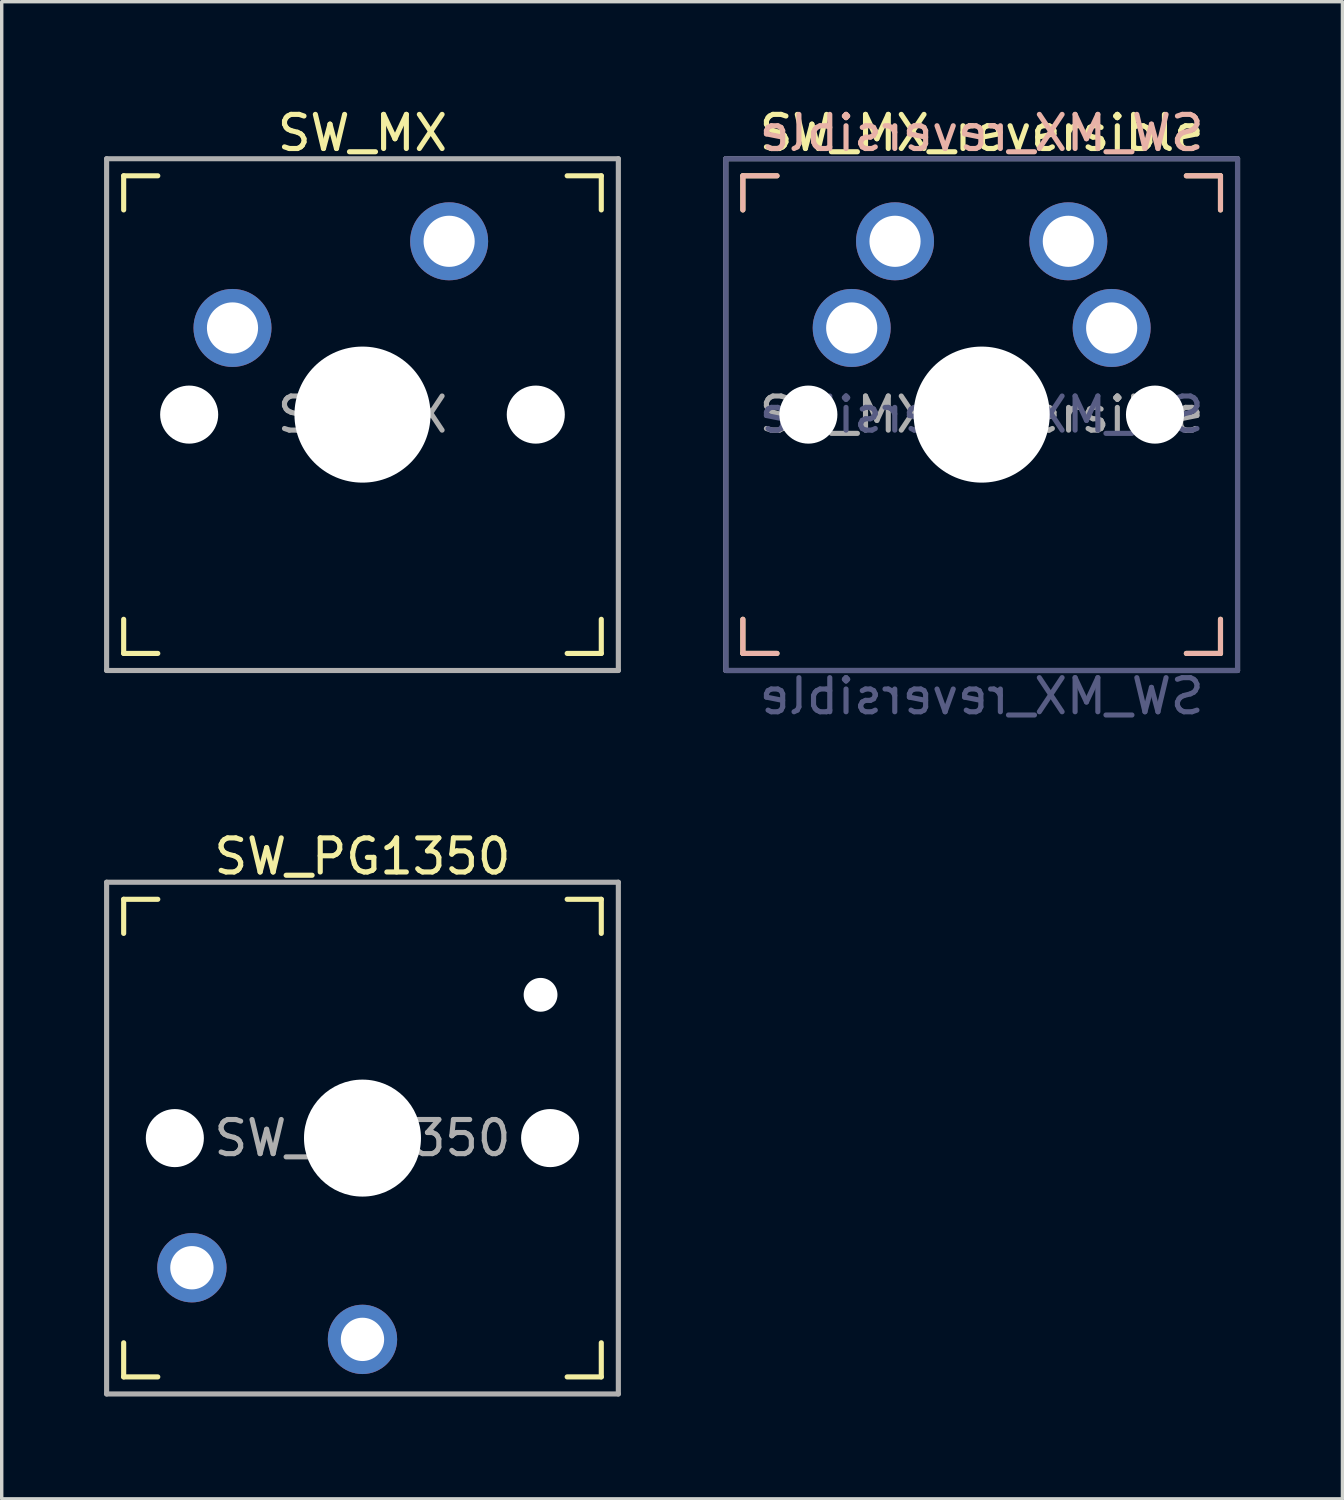
<source format=kicad_pcb>
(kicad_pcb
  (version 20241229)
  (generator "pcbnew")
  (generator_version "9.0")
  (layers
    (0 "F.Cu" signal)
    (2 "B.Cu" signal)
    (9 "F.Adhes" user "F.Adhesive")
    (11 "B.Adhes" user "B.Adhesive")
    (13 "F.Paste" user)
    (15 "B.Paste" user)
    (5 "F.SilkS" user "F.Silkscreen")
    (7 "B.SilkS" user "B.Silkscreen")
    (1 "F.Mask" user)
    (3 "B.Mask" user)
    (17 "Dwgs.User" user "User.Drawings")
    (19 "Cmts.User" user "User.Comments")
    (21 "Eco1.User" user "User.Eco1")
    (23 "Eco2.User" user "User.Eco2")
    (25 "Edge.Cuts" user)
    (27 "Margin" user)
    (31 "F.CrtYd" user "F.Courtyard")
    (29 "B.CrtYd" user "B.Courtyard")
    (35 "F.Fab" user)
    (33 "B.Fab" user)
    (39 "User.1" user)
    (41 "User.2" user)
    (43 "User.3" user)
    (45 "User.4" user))
  (footprint "SW_PG1350"
    (layer "F.Cu")
    (at 7.575 30.31)
    (property "Reference" "SW_PG1350" (at 0 -8.255 0) (layer "F.SilkS") (effects (font (size 1 1) (thickness 0.15))))
    (attr through_hole)
    (fp_line (start -7 -6) (end -7 -7) (stroke (width 0.15) (type solid)) (layer "F.SilkS"))
    (fp_line (start -7 7) (end -7 6) (stroke (width 0.15) (type solid)) (layer "F.SilkS"))
    (fp_line (start -7 7) (end -6 7) (stroke (width 0.15) (type solid)) (layer "F.SilkS"))
    (fp_line (start -6 -7) (end -7 -7) (stroke (width 0.15) (type solid)) (layer "F.SilkS"))
    (fp_line (start 6 7) (end 7 7) (stroke (width 0.15) (type solid)) (layer "F.SilkS"))
    (fp_line (start 7 -7) (end 6 -7) (stroke (width 0.15) (type solid)) (layer "F.SilkS"))
    (fp_line (start 7 -7) (end 7 -6) (stroke (width 0.15) (type solid)) (layer "F.SilkS"))
    (fp_line (start 7 6) (end 7 7) (stroke (width 0.15) (type solid)) (layer "F.SilkS"))
    (fp_line (start -6.9 6.9) (end -6.9 -6.9) (stroke (width 0.15) (type solid)) (layer "Eco2.User"))
    (fp_line (start -6.9 6.9) (end 6.9 6.9) (stroke (width 0.15) (type solid)) (layer "Eco2.User"))
    (fp_line (start -2.6 -3.1) (end -2.6 -6.3) (stroke (width 0.15) (type solid)) (layer "Eco2.User"))
    (fp_line (start -2.6 -3.1) (end 2.6 -3.1) (stroke (width 0.15) (type solid)) (layer "Eco2.User"))
    (fp_line (start 2.6 -6.3) (end -2.6 -6.3) (stroke (width 0.15) (type solid)) (layer "Eco2.User"))
    (fp_line (start 2.6 -3.1) (end 2.6 -6.3) (stroke (width 0.15) (type solid)) (layer "Eco2.User"))
    (fp_line (start 6.9 -6.9) (end -6.9 -6.9) (stroke (width 0.15) (type solid)) (layer "Eco2.User"))
    (fp_line (start 6.9 -6.9) (end 6.9 6.9) (stroke (width 0.15) (type solid)) (layer "Eco2.User"))
    (fp_line (start -7.5 -7.5) (end 7.5 -7.5) (stroke (width 0.15) (type solid)) (layer "F.Fab"))
    (fp_line (start -7.5 7.5) (end -7.5 -7.5) (stroke (width 0.15) (type solid)) (layer "F.Fab"))
    (fp_line (start 7.5 -7.5) (end 7.5 7.5) (stroke (width 0.15) (type solid)) (layer "F.Fab"))
    (fp_line (start 7.5 7.5) (end -7.5 7.5) (stroke (width 0.15) (type solid)) (layer "F.Fab"))
    (fp_text user "${REFERENCE}" (at 0 0 0) (layer "F.Fab") (effects (font (size 1 1) (thickness 0.15))))
    (pad "" np_thru_hole circle (at -5.5 0) (size 1.702 1.702) (drill 1.702) (layers "*.Cu" "*.Mask"))
    (pad "" np_thru_hole circle (at 0 0) (size 3.429 3.429) (drill 3.429) (layers "*.Cu" "*.Mask"))
    (pad "" np_thru_hole circle (at 5.22 -4.2) (size 0.991 0.991) (drill 0.991) (layers "*.Cu" "*.Mask"))
    (pad "" np_thru_hole circle (at 5.5 0) (size 1.702 1.702) (drill 1.702) (layers "*.Cu" "*.Mask"))
    (pad "1" thru_hole circle (at 0 5.9) (size 2.032 2.032) (drill 1.27) (layers "*.Cu" "*.Mask"))
    (pad "2" thru_hole circle (at -5 3.8) (size 2.032 2.032) (drill 1.27) (layers "*.Cu" "*.Mask")))
  (footprint "SW_MX_reversible"
    (layer "F.Cu")
    (at 25.725 9.103)
    (property "Reference" "SW_MX_reversible" (at 0 -8.255 0) (layer "F.SilkS") (effects (font (size 1 1) (thickness 0.15))))
    (property "Value" "SW_MX_reversible" (at 0 8.255 0) (layer "F.Fab") (hide yes) (effects (font (size 1 1) (thickness 0.15))))
    (attr through_hole)
    (fp_line (start -7 -7) (end -6 -7) (stroke (width 0.15) (type solid)) (layer "F.SilkS"))
    (fp_line (start -7 -6) (end -7 -7) (stroke (width 0.15) (type solid)) (layer "F.SilkS"))
    (fp_line (start -7 7) (end -7 6) (stroke (width 0.15) (type solid)) (layer "F.SilkS"))
    (fp_line (start -6 7) (end -7 7) (stroke (width 0.15) (type solid)) (layer "F.SilkS"))
    (fp_line (start 6 -7) (end 7 -7) (stroke (width 0.15) (type solid)) (layer "F.SilkS"))
    (fp_line (start 7 -7) (end 7 -6) (stroke (width 0.15) (type solid)) (layer "F.SilkS"))
    (fp_line (start 7 6) (end 7 7) (stroke (width 0.15) (type solid)) (layer "F.SilkS"))
    (fp_line (start 7 7) (end 6 7) (stroke (width 0.15) (type solid)) (layer "F.SilkS"))
    (fp_line (start -7 -7) (end -6 -7) (stroke (width 0.15) (type solid)) (layer "B.SilkS"))
    (fp_line (start -7 -6) (end -7 -7) (stroke (width 0.15) (type solid)) (layer "B.SilkS"))
    (fp_line (start -7 7) (end -7 6) (stroke (width 0.15) (type solid)) (layer "B.SilkS"))
    (fp_line (start -6 7) (end -7 7) (stroke (width 0.15) (type solid)) (layer "B.SilkS"))
    (fp_line (start 6 -7) (end 7 -7) (stroke (width 0.15) (type solid)) (layer "B.SilkS"))
    (fp_line (start 7 -7) (end 7 -6) (stroke (width 0.15) (type solid)) (layer "B.SilkS"))
    (fp_line (start 7 6) (end 7 7) (stroke (width 0.15) (type solid)) (layer "B.SilkS"))
    (fp_line (start 7 7) (end 6 7) (stroke (width 0.15) (type solid)) (layer "B.SilkS"))
    (fp_line (start -6.9 6.9) (end -6.9 -6.9) (stroke (width 0.15) (type solid)) (layer "Eco2.User"))
    (fp_line (start -6.9 6.9) (end 6.9 6.9) (stroke (width 0.15) (type solid)) (layer "Eco2.User"))
    (fp_line (start 6.9 -6.9) (end -6.9 -6.9) (stroke (width 0.15) (type solid)) (layer "Eco2.User"))
    (fp_line (start 6.9 -6.9) (end 6.9 6.9) (stroke (width 0.15) (type solid)) (layer "Eco2.User"))
    (fp_line (start -7.5 -7.5) (end 7.5 -7.5) (stroke (width 0.15) (type solid)) (layer "B.Fab"))
    (fp_line (start -7.5 7.5) (end -7.5 -7.5) (stroke (width 0.15) (type solid)) (layer "B.Fab"))
    (fp_line (start 7.5 -7.5) (end 7.5 7.5) (stroke (width 0.15) (type solid)) (layer "B.Fab"))
    (fp_line (start 7.5 7.5) (end -7.5 7.5) (stroke (width 0.15) (type solid)) (layer "B.Fab"))
    (fp_line (start -7.5 -7.5) (end 7.5 -7.5) (stroke (width 0.15) (type solid)) (layer "F.Fab"))
    (fp_line (start -7.5 7.5) (end -7.5 -7.5) (stroke (width 0.15) (type solid)) (layer "F.Fab"))
    (fp_line (start 7.5 -7.5) (end 7.5 7.5) (stroke (width 0.15) (type solid)) (layer "F.Fab"))
    (fp_line (start 7.5 7.5) (end -7.5 7.5) (stroke (width 0.15) (type solid)) (layer "F.Fab"))
    (fp_text user "${REFERENCE}" (at 0 -8.255 0) (layer "B.SilkS") (effects (font (size 1 1) (thickness 0.15)) (justify mirror)))
    (fp_text user "${VALUE}" (at 0 8.255 0) (layer "B.Fab") (effects (font (size 1 1) (thickness 0.15)) (justify mirror)))
    (fp_text user "${REFERENCE}" (at 0 0 0) (layer "B.Fab") (effects (font (size 1 1) (thickness 0.15)) (justify mirror)))
    (fp_text user "${REFERENCE}" (at 0 0 0) (layer "F.Fab") (effects (font (size 1 1) (thickness 0.15))))
    (pad "" np_thru_hole circle (at -5.08 0) (size 1.702 1.702) (drill 1.702) (layers "*.Cu" "*.Mask"))
    (pad "" np_thru_hole circle (at 0 0) (size 3.988 3.988) (drill 3.988) (layers "*.Cu" "*.Mask"))
    (pad "" np_thru_hole circle (at 5.08 0) (size 1.702 1.702) (drill 1.702) (layers "*.Cu" "*.Mask"))
    (pad "1" thru_hole circle (at -3.81 -2.54) (size 2.286 2.286) (drill 1.499) (layers "*.Cu" "*.Mask"))
    (pad "1" thru_hole circle (at -2.54 -5.08) (size 2.286 2.286) (drill 1.499) (layers "*.Cu" "*.Mask"))
    (pad "2" thru_hole circle (at 2.54 -5.08) (size 2.286 2.286) (drill 1.499) (layers "*.Cu" "*.Mask"))
    (pad "2" thru_hole circle (at 3.81 -2.54) (size 2.286 2.286) (drill 1.499) (layers "*.Cu" "*.Mask")))
  (footprint "SW_MX"
    (layer "F.Cu")
    (at 7.575 9.103)
    (property "Reference" "SW_MX" (at 0 -8.255 0) (layer "F.SilkS") (effects (font (size 1 1) (thickness 0.15))))
    (attr through_hole)
    (fp_line (start -7 -6) (end -7 -7) (stroke (width 0.15) (type solid)) (layer "F.SilkS"))
    (fp_line (start -7 7) (end -7 6) (stroke (width 0.15) (type solid)) (layer "F.SilkS"))
    (fp_line (start -7 7) (end -6 7) (stroke (width 0.15) (type solid)) (layer "F.SilkS"))
    (fp_line (start -6 -7) (end -7 -7) (stroke (width 0.15) (type solid)) (layer "F.SilkS"))
    (fp_line (start 6 7) (end 7 7) (stroke (width 0.15) (type solid)) (layer "F.SilkS"))
    (fp_line (start 7 -7) (end 6 -7) (stroke (width 0.15) (type solid)) (layer "F.SilkS"))
    (fp_line (start 7 -7) (end 7 -6) (stroke (width 0.15) (type solid)) (layer "F.SilkS"))
    (fp_line (start 7 6) (end 7 7) (stroke (width 0.15) (type solid)) (layer "F.SilkS"))
    (fp_line (start -6.9 6.9) (end -6.9 -6.9) (stroke (width 0.15) (type solid)) (layer "Eco2.User"))
    (fp_line (start -6.9 6.9) (end 6.9 6.9) (stroke (width 0.15) (type solid)) (layer "Eco2.User"))
    (fp_line (start 6.9 -6.9) (end -6.9 -6.9) (stroke (width 0.15) (type solid)) (layer "Eco2.User"))
    (fp_line (start 6.9 -6.9) (end 6.9 6.9) (stroke (width 0.15) (type solid)) (layer "Eco2.User"))
    (fp_line (start -7.5 -7.5) (end 7.5 -7.5) (stroke (width 0.15) (type solid)) (layer "F.Fab"))
    (fp_line (start -7.5 7.5) (end -7.5 -7.5) (stroke (width 0.15) (type solid)) (layer "F.Fab"))
    (fp_line (start 7.5 -7.5) (end 7.5 7.5) (stroke (width 0.15) (type solid)) (layer "F.Fab"))
    (fp_line (start 7.5 7.5) (end -7.5 7.5) (stroke (width 0.15) (type solid)) (layer "F.Fab"))
    (fp_text user "${REFERENCE}" (at 0 0 0) (layer "F.Fab") (effects (font (size 1 1) (thickness 0.15))))
    (pad "" np_thru_hole circle (at -5.08 0) (size 1.702 1.702) (drill 1.702) (layers "*.Cu" "*.Mask"))
    (pad "" np_thru_hole circle (at 0 0) (size 3.988 3.988) (drill 3.988) (layers "*.Cu" "*.Mask"))
    (pad "" np_thru_hole circle (at 5.08 0) (size 1.702 1.702) (drill 1.702) (layers "*.Cu" "*.Mask"))
    (pad "1" thru_hole circle (at 2.54 -5.08) (size 2.286 2.286) (drill 1.499) (layers "*.Cu" "*.Mask"))
    (pad "2" thru_hole circle (at -3.81 -2.54) (size 2.286 2.286) (drill 1.499) (layers "*.Cu" "*.Mask")))
  (gr_rect
    (start -3 -3)
    (end 36.3 40.885)
    (stroke (width 0.1) (type default))
    (fill no)
    (layer "Edge.Cuts")))
</source>
